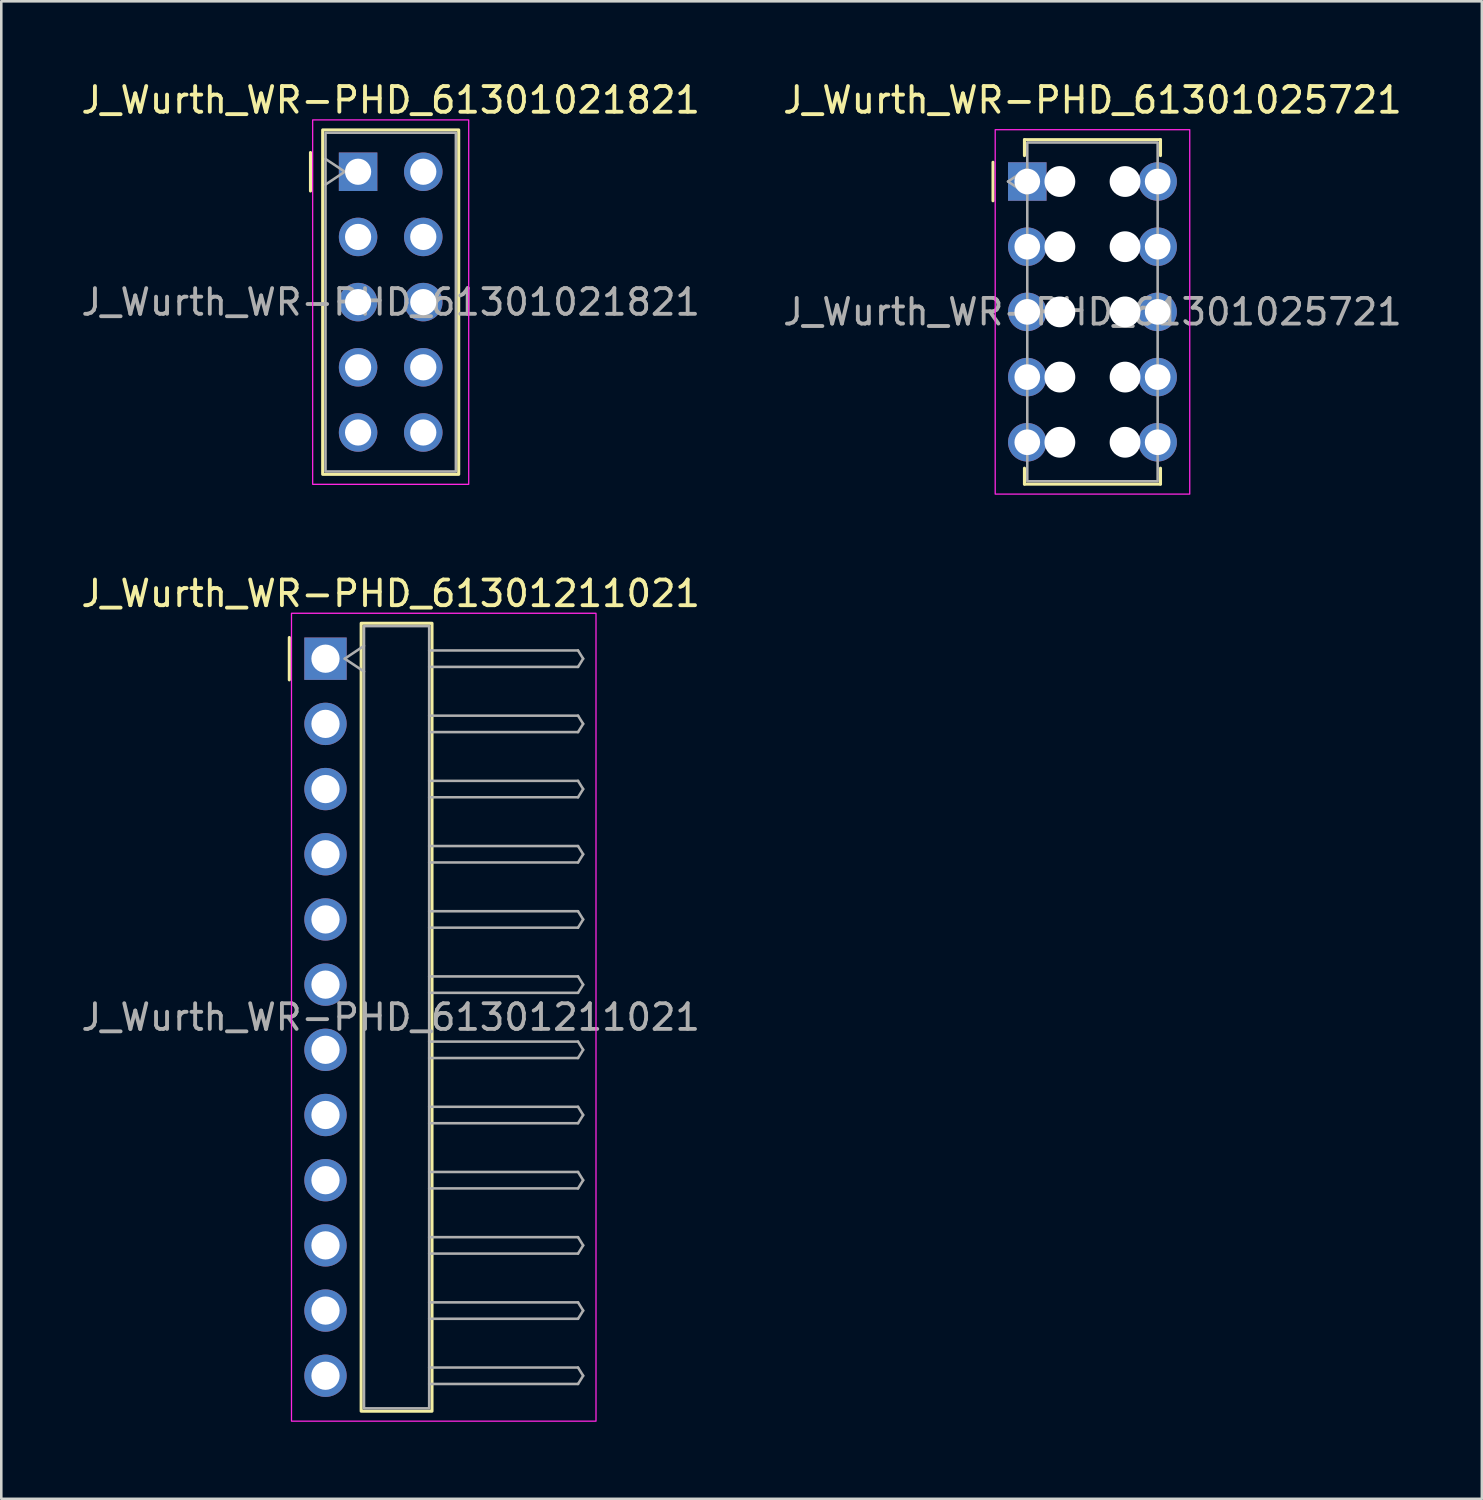
<source format=kicad_pcb>
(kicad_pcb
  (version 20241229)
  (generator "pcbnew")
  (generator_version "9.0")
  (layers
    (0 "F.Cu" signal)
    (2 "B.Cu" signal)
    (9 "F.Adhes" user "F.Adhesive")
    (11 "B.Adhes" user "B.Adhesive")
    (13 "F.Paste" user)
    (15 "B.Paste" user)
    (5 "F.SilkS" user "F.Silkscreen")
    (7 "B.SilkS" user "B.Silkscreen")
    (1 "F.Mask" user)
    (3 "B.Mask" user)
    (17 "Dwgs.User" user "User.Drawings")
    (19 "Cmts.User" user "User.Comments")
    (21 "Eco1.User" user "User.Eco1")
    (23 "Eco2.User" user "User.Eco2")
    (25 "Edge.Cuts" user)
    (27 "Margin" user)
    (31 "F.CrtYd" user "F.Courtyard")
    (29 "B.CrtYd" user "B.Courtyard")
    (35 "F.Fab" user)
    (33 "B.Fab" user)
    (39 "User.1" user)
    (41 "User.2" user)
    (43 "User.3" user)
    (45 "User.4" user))
  (footprint "J_Wurth_WR-PHD_61301025721"
    (layer "F.Cu")
    (at 36.978 4.023)
    (property "Reference" "J_Wurth_WR-PHD_61301025721" (at 2.54 -3.175 0) (unlocked yes) (layer "F.SilkS") (effects (font (size 1 1) (thickness 0.15))))
    (attr through_hole)
    (fp_line (start -1.335 -0.75) (end -1.335 0.75) (stroke (width 0.12) (type solid)) (layer "F.SilkS"))
    (fp_line (start -0.11 -1.63) (end -0.11 -1.01) (stroke (width 0.12) (type solid)) (layer "F.SilkS"))
    (fp_line (start -0.11 11.79) (end -0.11 11.17) (stroke (width 0.12) (type solid)) (layer "F.SilkS"))
    (fp_line (start 5.19 -1.63) (end -0.11 -1.63) (stroke (width 0.12) (type solid)) (layer "F.SilkS"))
    (fp_line (start 5.19 -1.63) (end 5.19 -1.01) (stroke (width 0.12) (type solid)) (layer "F.SilkS"))
    (fp_line (start 5.19 11.79) (end -0.11 11.79) (stroke (width 0.12) (type solid)) (layer "F.SilkS"))
    (fp_line (start 5.19 11.79) (end 5.19 11.17) (stroke (width 0.12) (type solid)) (layer "F.SilkS"))
    (fp_rect (start -1.25 -2.02) (end 6.33 12.18) (stroke (width 0.05) (type solid)) (fill no) (layer "F.CrtYd"))
    (fp_line (start -0.75 0) (end 0 -0.5) (stroke (width 0.1) (type solid)) (layer "F.Fab"))
    (fp_line (start 0 0.5) (end -0.75 0) (stroke (width 0.1) (type solid)) (layer "F.Fab"))
    (fp_rect (start 0 -1.52) (end 5.08 11.68) (stroke (width 0.1) (type solid)) (fill no) (layer "F.Fab"))
    (fp_text user "${REFERENCE}" (at 2.54 5.08 0) (unlocked yes) (layer "F.Fab") (effects (font (size 1 1) (thickness 0.15))))
    (pad "" np_thru_hole circle (at 1.27 0 270) (size 1.2 1.2) (drill 1.2) (layers "*.Cu" "*.Mask"))
    (pad "" np_thru_hole circle (at 1.27 2.54 270) (size 1.2 1.2) (drill 1.2) (layers "*.Cu" "*.Mask"))
    (pad "" np_thru_hole circle (at 1.27 5.08 270) (size 1.2 1.2) (drill 1.2) (layers "*.Cu" "*.Mask"))
    (pad "" np_thru_hole circle (at 1.27 7.62 270) (size 1.2 1.2) (drill 1.2) (layers "*.Cu" "*.Mask"))
    (pad "" np_thru_hole circle (at 1.27 10.16 270) (size 1.2 1.2) (drill 1.2) (layers "*.Cu" "*.Mask"))
    (pad "" np_thru_hole circle (at 3.81 0 270) (size 1.2 1.2) (drill 1.2) (layers "*.Cu" "*.Mask"))
    (pad "" np_thru_hole circle (at 3.81 2.54 270) (size 1.2 1.2) (drill 1.2) (layers "*.Cu" "*.Mask"))
    (pad "" np_thru_hole circle (at 3.81 5.08 270) (size 1.2 1.2) (drill 1.2) (layers "*.Cu" "*.Mask"))
    (pad "" np_thru_hole circle (at 3.81 7.62 270) (size 1.2 1.2) (drill 1.2) (layers "*.Cu" "*.Mask"))
    (pad "" np_thru_hole circle (at 3.81 10.16 270) (size 1.2 1.2) (drill 1.2) (layers "*.Cu" "*.Mask"))
    (pad "1" thru_hole rect (at 0 0 270) (size 1.5 1.5) (drill 1) (layers "*.Cu" "*.Mask"))
    (pad "2" thru_hole circle (at 5.08 0 270) (size 1.5 1.5) (drill 1) (layers "*.Cu" "*.Mask"))
    (pad "3" thru_hole circle (at 0 2.54 270) (size 1.5 1.5) (drill 1) (layers "*.Cu" "*.Mask"))
    (pad "4" thru_hole circle (at 5.08 2.54 270) (size 1.5 1.5) (drill 1) (layers "*.Cu" "*.Mask"))
    (pad "5" thru_hole circle (at 0 5.08 270) (size 1.5 1.5) (drill 1) (layers "*.Cu" "*.Mask"))
    (pad "6" thru_hole circle (at 5.08 5.08 270) (size 1.5 1.5) (drill 1) (layers "*.Cu" "*.Mask"))
    (pad "7" thru_hole circle (at 0 7.62 270) (size 1.5 1.5) (drill 1) (layers "*.Cu" "*.Mask"))
    (pad "8" thru_hole circle (at 5.08 7.62 270) (size 1.5 1.5) (drill 1) (layers "*.Cu" "*.Mask"))
    (pad "9" thru_hole circle (at 0 10.16 270) (size 1.5 1.5) (drill 1) (layers "*.Cu" "*.Mask"))
    (pad "10" thru_hole circle (at 5.08 10.16 270) (size 1.5 1.5) (drill 1) (layers "*.Cu" "*.Mask")))
  (footprint "J_Wurth_WR-PHD_61301021821"
    (layer "F.Cu")
    (at 10.903 3.642)
    (property "Reference" "J_Wurth_WR-PHD_61301021821" (at 1.27 -2.794 0) (unlocked yes) (layer "F.SilkS") (effects (font (size 1 1) (thickness 0.15))))
    (attr through_hole)
    (fp_line (start -1.855 -0.75) (end -1.855 0.75) (stroke (width 0.12) (type solid)) (layer "F.SilkS"))
    (fp_rect (start -1.38 -1.63) (end 3.92 11.79) (stroke (width 0.12) (type solid)) (fill no) (layer "F.SilkS"))
    (fp_rect (start -1.77 -2.02) (end 4.31 12.18) (stroke (width 0.05) (type solid)) (fill no) (layer "F.CrtYd"))
    (fp_line (start -1.27 -0.5) (end -0.52 0) (stroke (width 0.1) (type solid)) (layer "F.Fab"))
    (fp_line (start -0.52 0) (end -1.27 0.5) (stroke (width 0.1) (type solid)) (layer "F.Fab"))
    (fp_rect (start -1.27 -1.52) (end 3.81 11.68) (stroke (width 0.1) (type solid)) (fill no) (layer "F.Fab"))
    (fp_text user "${REFERENCE}" (at 1.27 5.08 0) (unlocked yes) (layer "F.Fab") (effects (font (size 1 1) (thickness 0.15))))
    (pad "1" thru_hole rect (at 0 0) (size 1.5 1.5) (drill 1.02) (layers "*.Cu" "*.Mask"))
    (pad "2" thru_hole circle (at 2.54 0) (size 1.5 1.5) (drill 1.02) (layers "*.Cu" "*.Mask"))
    (pad "3" thru_hole circle (at 0 2.54) (size 1.5 1.5) (drill 1.02) (layers "*.Cu" "*.Mask"))
    (pad "4" thru_hole circle (at 2.54 2.54) (size 1.5 1.5) (drill 1.02) (layers "*.Cu" "*.Mask"))
    (pad "5" thru_hole circle (at 0 5.08) (size 1.5 1.5) (drill 1.02) (layers "*.Cu" "*.Mask"))
    (pad "6" thru_hole circle (at 2.54 5.08) (size 1.5 1.5) (drill 1.02) (layers "*.Cu" "*.Mask"))
    (pad "7" thru_hole circle (at 0 7.62) (size 1.5 1.5) (drill 1.02) (layers "*.Cu" "*.Mask"))
    (pad "8" thru_hole circle (at 2.54 7.62) (size 1.5 1.5) (drill 1.02) (layers "*.Cu" "*.Mask"))
    (pad "9" thru_hole circle (at 0 10.16) (size 1.5 1.5) (drill 1.02) (layers "*.Cu" "*.Mask"))
    (pad "10" thru_hole circle (at 2.54 10.16) (size 1.5 1.5) (drill 1.02) (layers "*.Cu" "*.Mask")))
  (footprint "J_Wurth_WR-PHD_61301211021"
    (layer "F.Cu")
    (at 9.633 22.616)
    (property "Reference" "J_Wurth_WR-PHD_61301211021" (at 2.54 -2.54 0) (unlocked yes) (layer "F.SilkS") (effects (font (size 1 1) (thickness 0.15))))
    (attr through_hole)
    (fp_line (start -1.41 -0.825) (end -1.41 0.825) (stroke (width 0.12) (type solid)) (layer "F.SilkS"))
    (fp_rect (start 1.39 -1.38) (end 4.15 29.32) (stroke (width 0.12) (type solid)) (fill no) (layer "F.SilkS"))
    (fp_rect (start -1.325 -1.77) (end 10.54 29.71) (stroke (width 0.05) (type solid)) (fill no) (layer "F.CrtYd"))
    (fp_line (start 0.75 0) (end 1.5 -0.5) (stroke (width 0.1) (type solid)) (layer "F.Fab"))
    (fp_line (start 0.75 0) (end 1.5 0.5) (stroke (width 0.1) (type solid)) (layer "F.Fab"))
    (fp_line (start 4.04 0.32) (end 9.84 0.32) (stroke (width 0.1) (type solid)) (layer "F.Fab"))
    (fp_line (start 4.04 2.86) (end 9.84 2.86) (stroke (width 0.1) (type solid)) (layer "F.Fab"))
    (fp_line (start 4.04 5.4) (end 9.84 5.4) (stroke (width 0.1) (type solid)) (layer "F.Fab"))
    (fp_line (start 4.04 7.94) (end 9.84 7.94) (stroke (width 0.1) (type solid)) (layer "F.Fab"))
    (fp_line (start 4.04 10.48) (end 9.84 10.48) (stroke (width 0.1) (type solid)) (layer "F.Fab"))
    (fp_line (start 4.04 13.02) (end 9.84 13.02) (stroke (width 0.1) (type solid)) (layer "F.Fab"))
    (fp_line (start 4.04 15.56) (end 9.84 15.56) (stroke (width 0.1) (type solid)) (layer "F.Fab"))
    (fp_line (start 4.04 18.1) (end 9.84 18.1) (stroke (width 0.1) (type solid)) (layer "F.Fab"))
    (fp_line (start 4.04 20.64) (end 9.84 20.64) (stroke (width 0.1) (type solid)) (layer "F.Fab"))
    (fp_line (start 4.04 23.18) (end 9.84 23.18) (stroke (width 0.1) (type solid)) (layer "F.Fab"))
    (fp_line (start 4.04 25.72) (end 9.84 25.72) (stroke (width 0.1) (type solid)) (layer "F.Fab"))
    (fp_line (start 4.04 28.26) (end 9.84 28.26) (stroke (width 0.1) (type solid)) (layer "F.Fab"))
    (fp_line (start 9.84 -0.32) (end 4.04 -0.32) (stroke (width 0.1) (type solid)) (layer "F.Fab"))
    (fp_line (start 9.84 0.32) (end 10.04 0) (stroke (width 0.1) (type default)) (layer "F.Fab"))
    (fp_line (start 9.84 2.22) (end 4.04 2.22) (stroke (width 0.1) (type solid)) (layer "F.Fab"))
    (fp_line (start 9.84 2.86) (end 10.04 2.54) (stroke (width 0.1) (type default)) (layer "F.Fab"))
    (fp_line (start 9.84 4.76) (end 4.04 4.76) (stroke (width 0.1) (type solid)) (layer "F.Fab"))
    (fp_line (start 9.84 5.4) (end 10.04 5.08) (stroke (width 0.1) (type default)) (layer "F.Fab"))
    (fp_line (start 9.84 7.3) (end 4.04 7.3) (stroke (width 0.1) (type solid)) (layer "F.Fab"))
    (fp_line (start 9.84 7.94) (end 10.04 7.62) (stroke (width 0.1) (type default)) (layer "F.Fab"))
    (fp_line (start 9.84 9.84) (end 4.04 9.84) (stroke (width 0.1) (type solid)) (layer "F.Fab"))
    (fp_line (start 9.84 10.48) (end 10.04 10.16) (stroke (width 0.1) (type solid)) (layer "F.Fab"))
    (fp_line (start 9.84 12.38) (end 4.04 12.38) (stroke (width 0.1) (type solid)) (layer "F.Fab"))
    (fp_line (start 9.84 13.02) (end 10.04 12.7) (stroke (width 0.1) (type solid)) (layer "F.Fab"))
    (fp_line (start 9.84 14.92) (end 4.04 14.92) (stroke (width 0.1) (type solid)) (layer "F.Fab"))
    (fp_line (start 9.84 15.56) (end 10.04 15.24) (stroke (width 0.1) (type solid)) (layer "F.Fab"))
    (fp_line (start 9.84 17.46) (end 4.04 17.46) (stroke (width 0.1) (type solid)) (layer "F.Fab"))
    (fp_line (start 9.84 20) (end 4.04 20) (stroke (width 0.1) (type solid)) (layer "F.Fab"))
    (fp_line (start 9.84 22.54) (end 4.04 22.54) (stroke (width 0.1) (type solid)) (layer "F.Fab"))
    (fp_line (start 9.84 25.08) (end 4.04 25.08) (stroke (width 0.1) (type solid)) (layer "F.Fab"))
    (fp_line (start 9.84 27.62) (end 4.04 27.62) (stroke (width 0.1) (type solid)) (layer "F.Fab"))
    (fp_line (start 10.04 0) (end 9.84 -0.32) (stroke (width 0.1) (type solid)) (layer "F.Fab"))
    (fp_line (start 10.04 2.54) (end 9.84 2.22) (stroke (width 0.1) (type solid)) (layer "F.Fab"))
    (fp_line (start 10.04 5.08) (end 9.84 4.76) (stroke (width 0.1) (type solid)) (layer "F.Fab"))
    (fp_line (start 10.04 7.62) (end 9.84 7.3) (stroke (width 0.1) (type solid)) (layer "F.Fab"))
    (fp_line (start 10.04 10.16) (end 9.84 9.84) (stroke (width 0.1) (type solid)) (layer "F.Fab"))
    (fp_line (start 10.04 12.7) (end 9.84 12.38) (stroke (width 0.1) (type solid)) (layer "F.Fab"))
    (fp_line (start 10.04 15.24) (end 9.84 14.92) (stroke (width 0.1) (type solid)) (layer "F.Fab"))
    (fp_line (start 10.04 17.78) (end 9.84 17.46) (stroke (width 0.1) (type solid)) (layer "F.Fab"))
    (fp_line (start 10.04 17.78) (end 9.84 18.1) (stroke (width 0.1) (type solid)) (layer "F.Fab"))
    (fp_line (start 10.04 20.32) (end 9.84 20) (stroke (width 0.1) (type solid)) (layer "F.Fab"))
    (fp_line (start 10.04 20.32) (end 9.84 20.64) (stroke (width 0.1) (type solid)) (layer "F.Fab"))
    (fp_line (start 10.04 22.86) (end 9.84 22.54) (stroke (width 0.1) (type solid)) (layer "F.Fab"))
    (fp_line (start 10.04 22.86) (end 9.84 23.18) (stroke (width 0.1) (type solid)) (layer "F.Fab"))
    (fp_line (start 10.04 25.4) (end 9.84 25.08) (stroke (width 0.1) (type solid)) (layer "F.Fab"))
    (fp_line (start 10.04 25.4) (end 9.84 25.72) (stroke (width 0.1) (type solid)) (layer "F.Fab"))
    (fp_line (start 10.04 27.94) (end 9.84 27.62) (stroke (width 0.1) (type solid)) (layer "F.Fab"))
    (fp_line (start 10.04 27.94) (end 9.84 28.26) (stroke (width 0.1) (type solid)) (layer "F.Fab"))
    (fp_rect (start 1.5 -1.27) (end 4.04 29.21) (stroke (width 0.1) (type solid)) (fill no) (layer "F.Fab"))
    (fp_text user "${REFERENCE}" (at 2.54 13.97 0) (unlocked yes) (layer "F.Fab") (effects (font (size 1 1) (thickness 0.15))))
    (pad "1" thru_hole rect (at 0 0 90) (size 1.65 1.65) (drill 1.1) (layers "*.Cu" "*.Mask"))
    (pad "2" thru_hole circle (at 0 2.54 90) (size 1.65 1.65) (drill 1.1) (layers "*.Cu" "*.Mask"))
    (pad "3" thru_hole circle (at 0 5.08 90) (size 1.65 1.65) (drill 1.1) (layers "*.Cu" "*.Mask"))
    (pad "4" thru_hole circle (at 0 7.62 90) (size 1.65 1.65) (drill 1.1) (layers "*.Cu" "*.Mask"))
    (pad "5" thru_hole circle (at 0 10.16 90) (size 1.65 1.65) (drill 1.1) (layers "*.Cu" "*.Mask"))
    (pad "6" thru_hole circle (at 0 12.7 90) (size 1.65 1.65) (drill 1.1) (layers "*.Cu" "*.Mask"))
    (pad "7" thru_hole circle (at 0 15.24 90) (size 1.65 1.65) (drill 1.1) (layers "*.Cu" "*.Mask"))
    (pad "8" thru_hole circle (at 0 17.78 90) (size 1.65 1.65) (drill 1.1) (layers "*.Cu" "*.Mask"))
    (pad "9" thru_hole circle (at 0 20.32 90) (size 1.65 1.65) (drill 1.1) (layers "*.Cu" "*.Mask"))
    (pad "10" thru_hole circle (at 0 22.86 90) (size 1.65 1.65) (drill 1.1) (layers "*.Cu" "*.Mask"))
    (pad "11" thru_hole circle (at 0 25.4 90) (size 1.65 1.65) (drill 1.1) (layers "*.Cu" "*.Mask"))
    (pad "12" thru_hole circle (at 0 27.94 90) (size 1.65 1.65) (drill 1.1) (layers "*.Cu" "*.Mask")))
  (gr_rect
    (start -3 -3)
    (end 54.69 55.352)
    (stroke (width 0.1) (type default))
    (fill no)
    (layer "Edge.Cuts")))
</source>
